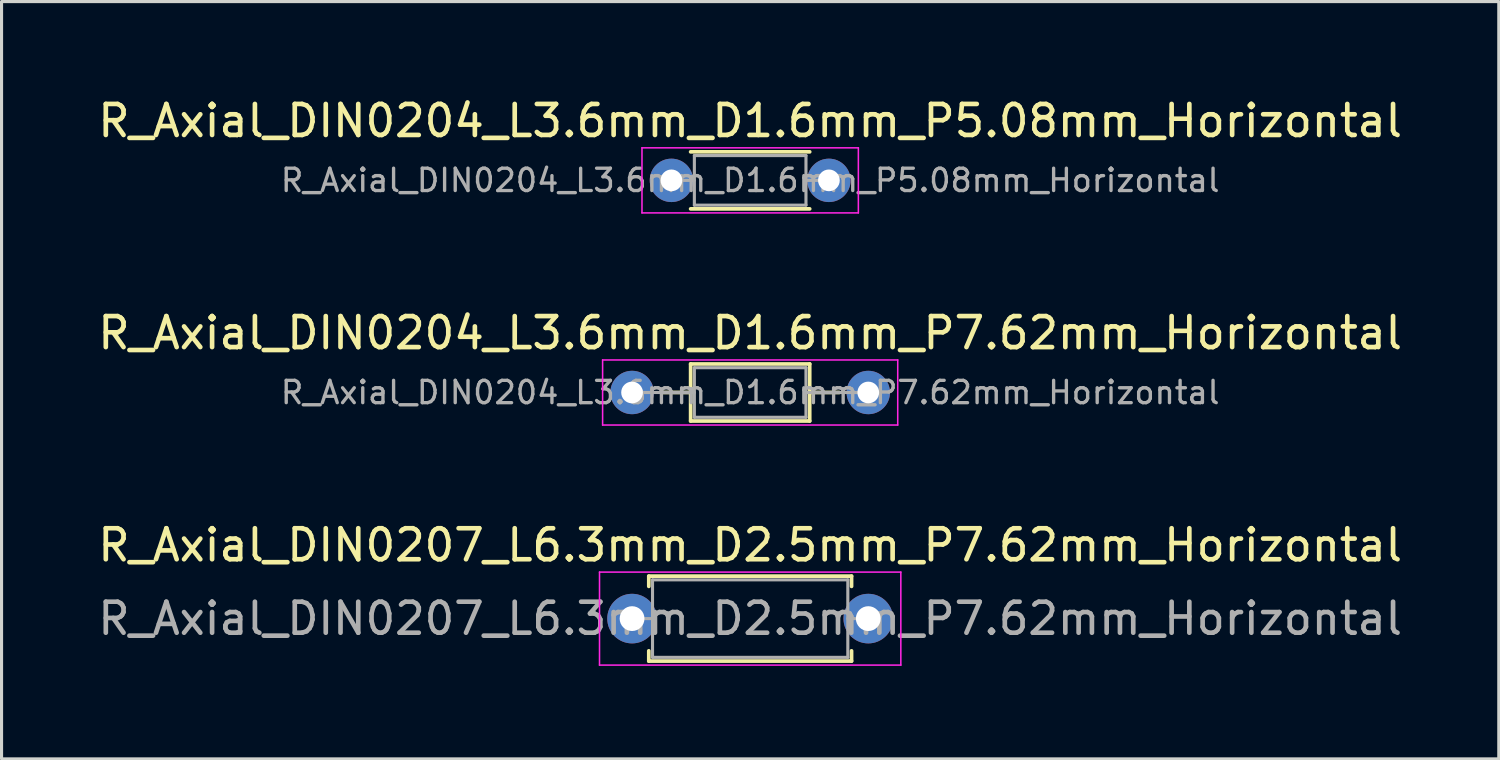
<source format=kicad_pcb>
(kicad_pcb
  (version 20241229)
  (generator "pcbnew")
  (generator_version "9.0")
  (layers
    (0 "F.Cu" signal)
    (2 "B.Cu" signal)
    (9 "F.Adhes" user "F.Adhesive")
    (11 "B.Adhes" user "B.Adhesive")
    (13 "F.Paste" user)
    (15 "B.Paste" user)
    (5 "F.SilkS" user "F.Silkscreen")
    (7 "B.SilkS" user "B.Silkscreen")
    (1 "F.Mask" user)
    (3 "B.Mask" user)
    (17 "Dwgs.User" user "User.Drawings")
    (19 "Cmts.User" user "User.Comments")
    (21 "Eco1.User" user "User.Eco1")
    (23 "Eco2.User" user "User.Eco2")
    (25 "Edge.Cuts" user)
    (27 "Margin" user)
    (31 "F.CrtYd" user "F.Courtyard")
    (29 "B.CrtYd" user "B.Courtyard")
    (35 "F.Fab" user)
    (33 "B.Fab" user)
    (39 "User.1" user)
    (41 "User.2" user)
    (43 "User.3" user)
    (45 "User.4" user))
  (footprint "R_Axial_DIN0204_L3.6mm_D1.6mm_P7.62mm_Horizontal"
    (layer "F.Cu")
    (at 17.339 9.611)
    (property "Reference" "R_Axial_DIN0204_L3.6mm_D1.6mm_P7.62mm_Horizontal" (at 3.81 -1.92 0) (layer "F.SilkS") (effects (font (size 1 1) (thickness 0.15))))
    (attr through_hole)
    (fp_line (start 0.94 0) (end 1.89 0) (stroke (width 0.12) (type solid)) (layer "F.SilkS"))
    (fp_line (start 1.89 -0.92) (end 1.89 0.92) (stroke (width 0.12) (type solid)) (layer "F.SilkS"))
    (fp_line (start 1.89 0.92) (end 5.73 0.92) (stroke (width 0.12) (type solid)) (layer "F.SilkS"))
    (fp_line (start 5.73 -0.92) (end 1.89 -0.92) (stroke (width 0.12) (type solid)) (layer "F.SilkS"))
    (fp_line (start 5.73 0.92) (end 5.73 -0.92) (stroke (width 0.12) (type solid)) (layer "F.SilkS"))
    (fp_line (start 6.68 0) (end 5.73 0) (stroke (width 0.12) (type solid)) (layer "F.SilkS"))
    (fp_line (start -0.95 -1.05) (end -0.95 1.05) (stroke (width 0.05) (type solid)) (layer "F.CrtYd"))
    (fp_line (start -0.95 1.05) (end 8.57 1.05) (stroke (width 0.05) (type solid)) (layer "F.CrtYd"))
    (fp_line (start 8.57 -1.05) (end -0.95 -1.05) (stroke (width 0.05) (type solid)) (layer "F.CrtYd"))
    (fp_line (start 8.57 1.05) (end 8.57 -1.05) (stroke (width 0.05) (type solid)) (layer "F.CrtYd"))
    (fp_line (start 0 0) (end 2.01 0) (stroke (width 0.1) (type solid)) (layer "F.Fab"))
    (fp_line (start 2.01 -0.8) (end 2.01 0.8) (stroke (width 0.1) (type solid)) (layer "F.Fab"))
    (fp_line (start 2.01 0.8) (end 5.61 0.8) (stroke (width 0.1) (type solid)) (layer "F.Fab"))
    (fp_line (start 5.61 -0.8) (end 2.01 -0.8) (stroke (width 0.1) (type solid)) (layer "F.Fab"))
    (fp_line (start 5.61 0.8) (end 5.61 -0.8) (stroke (width 0.1) (type solid)) (layer "F.Fab"))
    (fp_line (start 7.62 0) (end 5.61 0) (stroke (width 0.1) (type solid)) (layer "F.Fab"))
    (fp_text user "${REFERENCE}" (at 3.81 0 0) (layer "F.Fab") (effects (font (size 0.72 0.72) (thickness 0.108))))
    (pad "1" thru_hole circle (at 0 0) (size 1.4 1.4) (drill 0.7) (layers "*.Cu" "*.Mask"))
    (pad "2" thru_hole oval (at 7.62 0) (size 1.4 1.4) (drill 0.7) (layers "*.Cu" "*.Mask")))
  (footprint "R_Axial_DIN0204_L3.6mm_D1.6mm_P5.08mm_Horizontal"
    (layer "F.Cu")
    (at 18.609 2.768)
    (property "Reference" "R_Axial_DIN0204_L3.6mm_D1.6mm_P5.08mm_Horizontal" (at 2.54 -1.92 0) (layer "F.SilkS") (effects (font (size 1 1) (thickness 0.15))))
    (attr through_hole)
    (fp_line (start 0.62 -0.92) (end 4.46 -0.92) (stroke (width 0.12) (type solid)) (layer "F.SilkS"))
    (fp_line (start 0.62 0.92) (end 4.46 0.92) (stroke (width 0.12) (type solid)) (layer "F.SilkS"))
    (fp_line (start -0.95 -1.05) (end -0.95 1.05) (stroke (width 0.05) (type solid)) (layer "F.CrtYd"))
    (fp_line (start -0.95 1.05) (end 6.03 1.05) (stroke (width 0.05) (type solid)) (layer "F.CrtYd"))
    (fp_line (start 6.03 -1.05) (end -0.95 -1.05) (stroke (width 0.05) (type solid)) (layer "F.CrtYd"))
    (fp_line (start 6.03 1.05) (end 6.03 -1.05) (stroke (width 0.05) (type solid)) (layer "F.CrtYd"))
    (fp_line (start 0 0) (end 0.74 0) (stroke (width 0.1) (type solid)) (layer "F.Fab"))
    (fp_line (start 0.74 -0.8) (end 0.74 0.8) (stroke (width 0.1) (type solid)) (layer "F.Fab"))
    (fp_line (start 0.74 0.8) (end 4.34 0.8) (stroke (width 0.1) (type solid)) (layer "F.Fab"))
    (fp_line (start 4.34 -0.8) (end 0.74 -0.8) (stroke (width 0.1) (type solid)) (layer "F.Fab"))
    (fp_line (start 4.34 0.8) (end 4.34 -0.8) (stroke (width 0.1) (type solid)) (layer "F.Fab"))
    (fp_line (start 5.08 0) (end 4.34 0) (stroke (width 0.1) (type solid)) (layer "F.Fab"))
    (fp_text user "${REFERENCE}" (at 2.54 0 0) (layer "F.Fab") (effects (font (size 0.72 0.72) (thickness 0.108))))
    (pad "1" thru_hole circle (at 0 0) (size 1.4 1.4) (drill 0.7) (layers "*.Cu" "*.Mask"))
    (pad "2" thru_hole oval (at 5.08 0) (size 1.4 1.4) (drill 0.7) (layers "*.Cu" "*.Mask")))
  (footprint "R_Axial_DIN0207_L6.3mm_D2.5mm_P7.62mm_Horizontal"
    (layer "F.Cu")
    (at 17.339 16.905)
    (property "Reference" "R_Axial_DIN0207_L6.3mm_D2.5mm_P7.62mm_Horizontal" (at 3.81 -2.37 0) (layer "F.SilkS") (effects (font (size 1 1) (thickness 0.15))))
    (attr through_hole)
    (fp_line (start 0.54 -1.37) (end 7.08 -1.37) (stroke (width 0.12) (type solid)) (layer "F.SilkS"))
    (fp_line (start 0.54 -1.04) (end 0.54 -1.37) (stroke (width 0.12) (type solid)) (layer "F.SilkS"))
    (fp_line (start 0.54 1.04) (end 0.54 1.37) (stroke (width 0.12) (type solid)) (layer "F.SilkS"))
    (fp_line (start 0.54 1.37) (end 7.08 1.37) (stroke (width 0.12) (type solid)) (layer "F.SilkS"))
    (fp_line (start 7.08 -1.37) (end 7.08 -1.04) (stroke (width 0.12) (type solid)) (layer "F.SilkS"))
    (fp_line (start 7.08 1.37) (end 7.08 1.04) (stroke (width 0.12) (type solid)) (layer "F.SilkS"))
    (fp_line (start -1.05 -1.5) (end -1.05 1.5) (stroke (width 0.05) (type solid)) (layer "F.CrtYd"))
    (fp_line (start -1.05 1.5) (end 8.67 1.5) (stroke (width 0.05) (type solid)) (layer "F.CrtYd"))
    (fp_line (start 8.67 -1.5) (end -1.05 -1.5) (stroke (width 0.05) (type solid)) (layer "F.CrtYd"))
    (fp_line (start 8.67 1.5) (end 8.67 -1.5) (stroke (width 0.05) (type solid)) (layer "F.CrtYd"))
    (fp_line (start 0 0) (end 0.66 0) (stroke (width 0.1) (type solid)) (layer "F.Fab"))
    (fp_line (start 0.66 -1.25) (end 0.66 1.25) (stroke (width 0.1) (type solid)) (layer "F.Fab"))
    (fp_line (start 0.66 1.25) (end 6.96 1.25) (stroke (width 0.1) (type solid)) (layer "F.Fab"))
    (fp_line (start 6.96 -1.25) (end 0.66 -1.25) (stroke (width 0.1) (type solid)) (layer "F.Fab"))
    (fp_line (start 6.96 1.25) (end 6.96 -1.25) (stroke (width 0.1) (type solid)) (layer "F.Fab"))
    (fp_line (start 7.62 0) (end 6.96 0) (stroke (width 0.1) (type solid)) (layer "F.Fab"))
    (fp_text user "${REFERENCE}" (at 3.81 0 0) (layer "F.Fab") (effects (font (size 1 1) (thickness 0.15))))
    (pad "1" thru_hole circle (at 0 0) (size 1.6 1.6) (drill 0.8) (layers "*.Cu" "*.Mask"))
    (pad "2" thru_hole oval (at 7.62 0) (size 1.6 1.6) (drill 0.8) (layers "*.Cu" "*.Mask")))
  (gr_rect
    (start -3 -3)
    (end 45.298 21.43)
    (stroke (width 0.1) (type default))
    (fill no)
    (layer "Edge.Cuts")))
</source>
